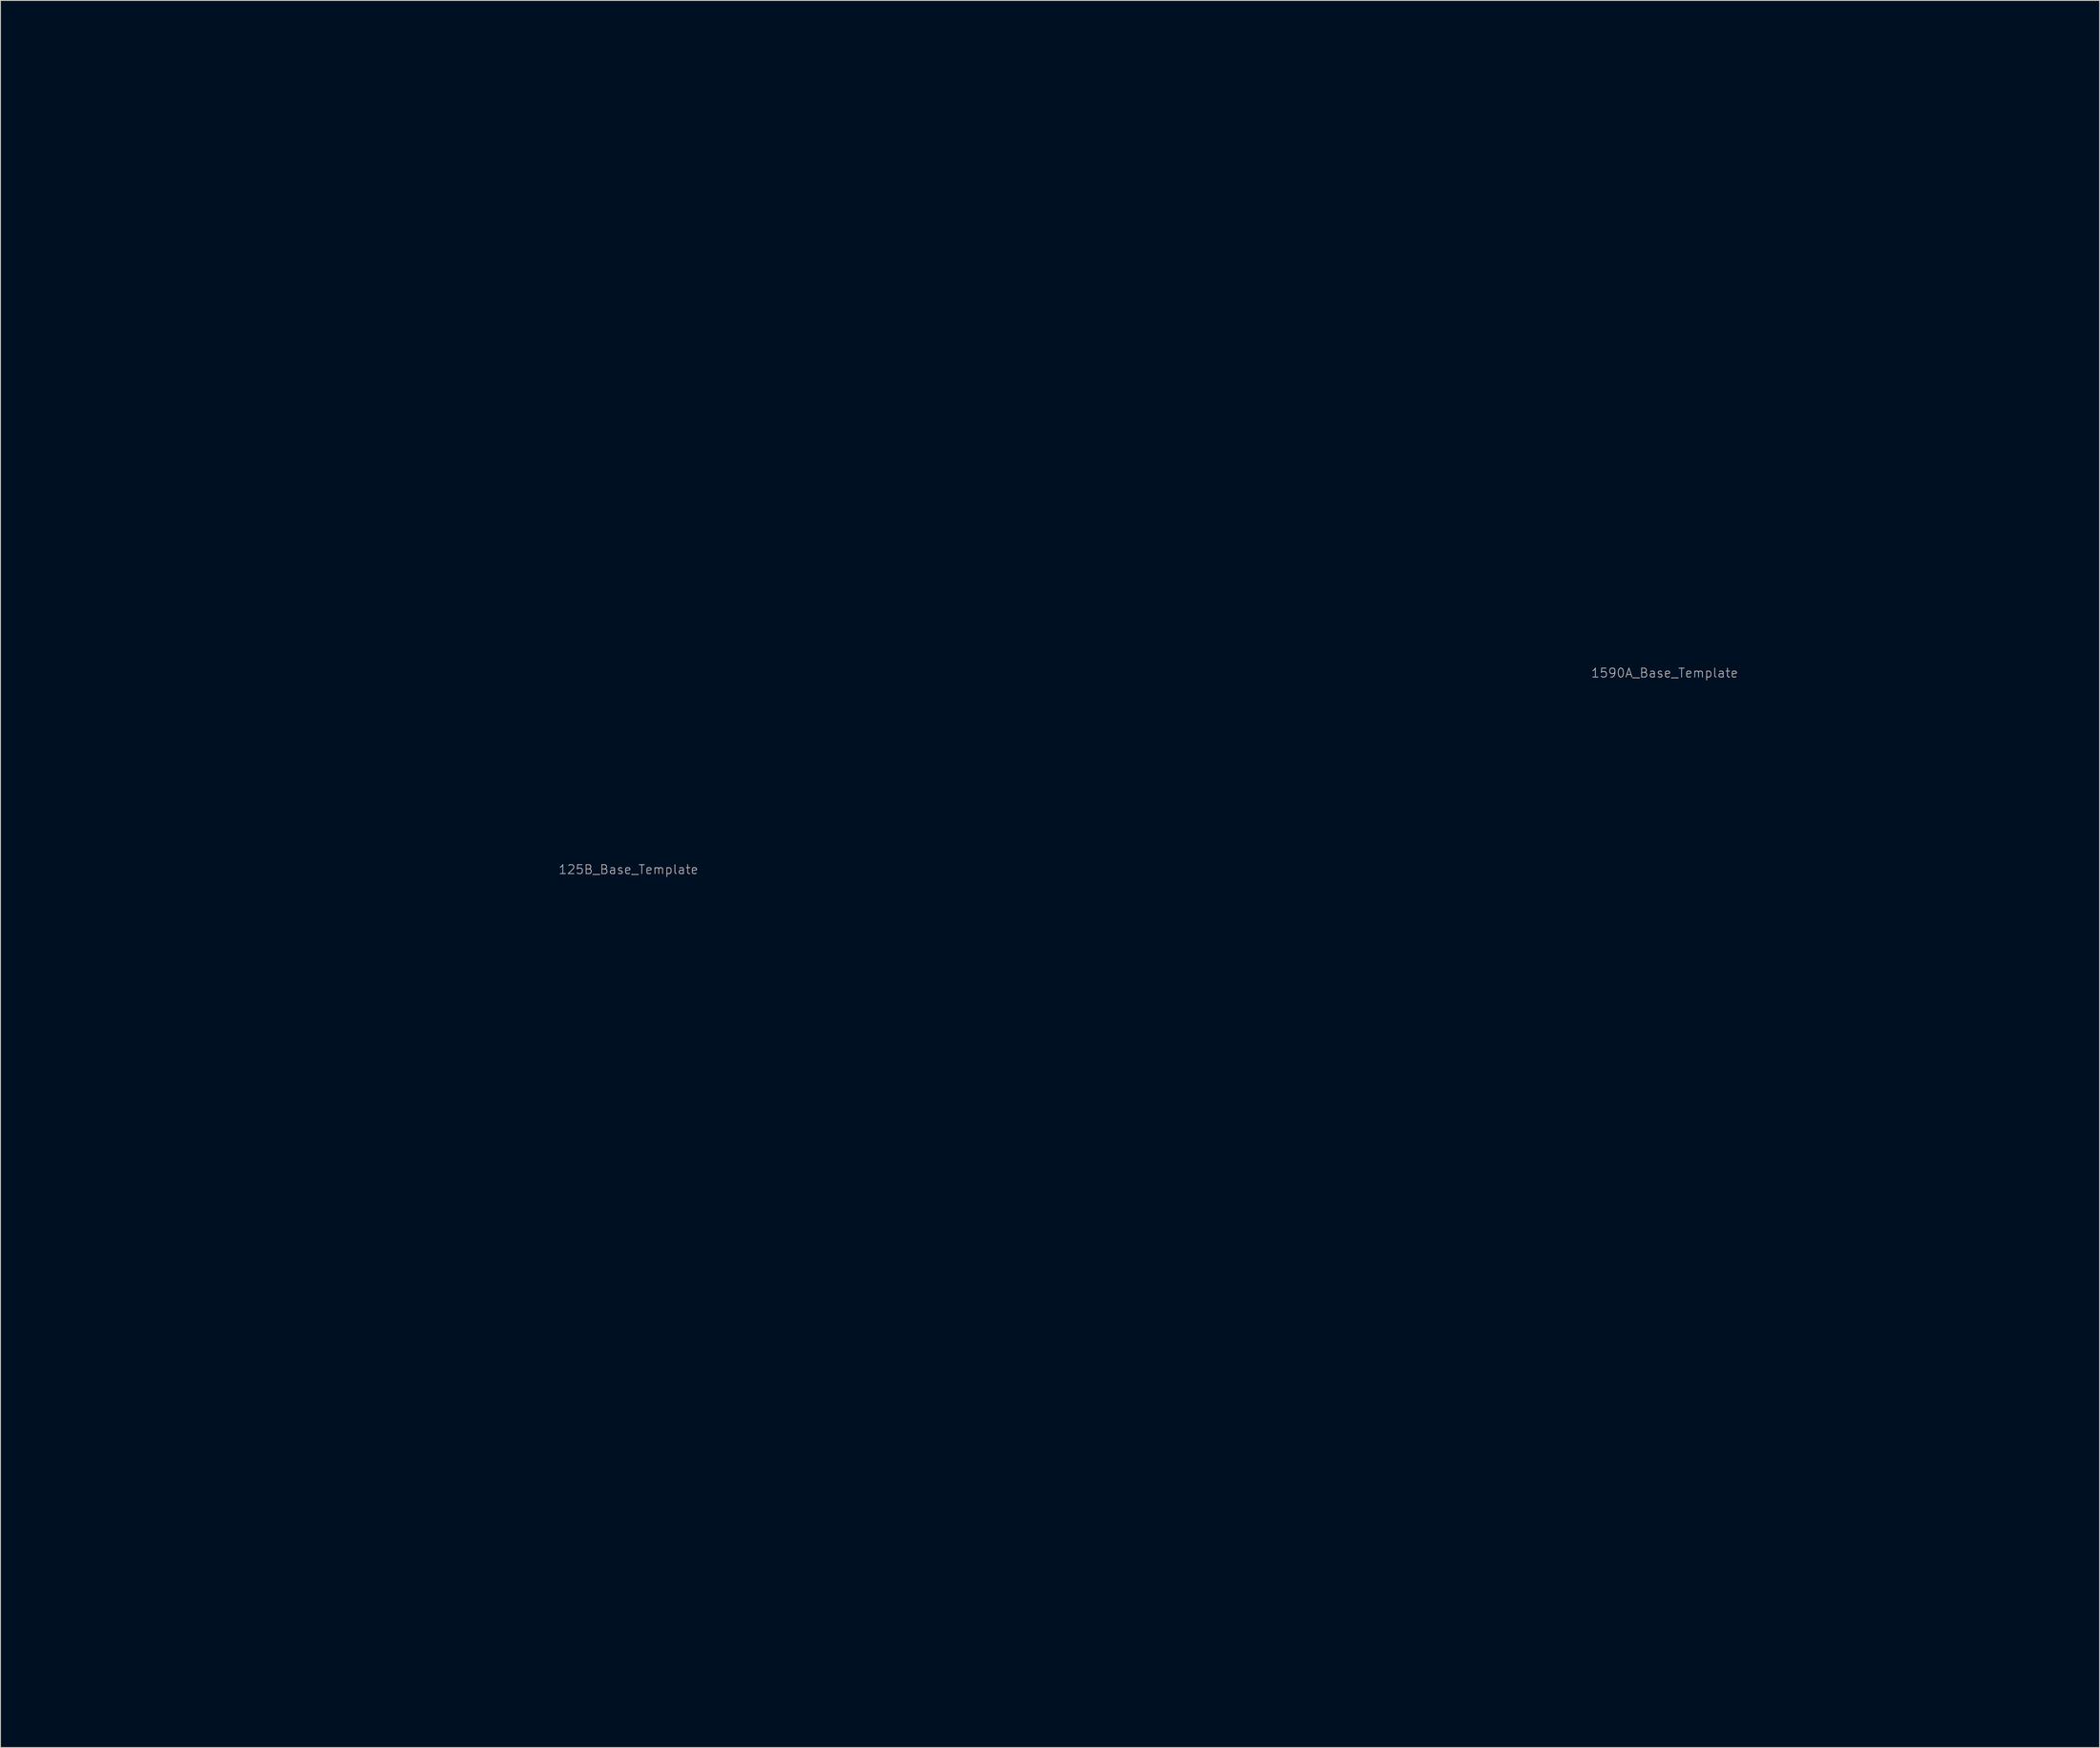
<source format=kicad_pcb>
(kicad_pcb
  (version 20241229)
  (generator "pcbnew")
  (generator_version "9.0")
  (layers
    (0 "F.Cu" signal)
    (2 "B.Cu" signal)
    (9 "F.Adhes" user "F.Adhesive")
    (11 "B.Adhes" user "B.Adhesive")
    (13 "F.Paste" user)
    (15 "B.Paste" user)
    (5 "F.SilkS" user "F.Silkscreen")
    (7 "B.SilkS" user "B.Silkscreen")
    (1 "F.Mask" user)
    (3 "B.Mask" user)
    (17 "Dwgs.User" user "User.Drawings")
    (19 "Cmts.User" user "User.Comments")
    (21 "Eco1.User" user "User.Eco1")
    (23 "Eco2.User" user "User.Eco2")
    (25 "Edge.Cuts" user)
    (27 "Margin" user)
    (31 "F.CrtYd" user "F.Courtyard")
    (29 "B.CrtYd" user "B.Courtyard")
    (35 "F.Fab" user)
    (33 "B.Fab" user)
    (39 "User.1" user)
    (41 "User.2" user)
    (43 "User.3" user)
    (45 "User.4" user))
  (footprint "1590A_Base_Template"
    (layer "F.Cu")
    (at 183.59 72.923)
    (property "Reference" "1590A_Base_Template" (at 0 -0.5 0) (unlocked yes) (layer "F.Fab") (effects (font (size 1 1) (thickness 0.1))))
    (attr smd)
    (fp_line (start -45.745 44.729) (end -45.745 -44.729) (stroke (width 0.05) (type default)) (layer "User.4"))
    (fp_line (start -44.147 -46.317) (end -18.821 -45.898) (stroke (width 0.05) (type default)) (layer "User.4"))
    (fp_line (start -19.399 -71.299) (end -18.821 -45.974) (stroke (width 0.05) (type default)) (layer "User.4"))
    (fp_line (start -18.821 -45.898) (end -18.821 45.974) (stroke (width 0.05) (type default)) (layer "User.4"))
    (fp_line (start -18.821 -45.898) (end -18.821 -45.974) (stroke (width 0.05) (type default)) (layer "User.4"))
    (fp_line (start -18.821 45.898) (end -44.147 46.317) (stroke (width 0.05) (type default)) (layer "User.4"))
    (fp_line (start -18.821 45.974) (end -19.399 71.299) (stroke (width 0.05) (type default)) (layer "User.4"))
    (fp_line (start -18.821 -45.974) (end 18.822 -45.974) (stroke (width 0.05) (type default)) (layer "User.4"))
    (fp_line (start -18.809 44.384) (end -18.809 -44.384) (stroke (width 0.05) (type default)) (layer "User.4"))
    (fp_line (start -17.812 72.898) (end 17.812 72.898) (stroke (width 0.05) (type default)) (layer "User.4"))
    (fp_line (start -17.223 -45.974) (end 17.222 -45.974) (stroke (width 0.05) (type default)) (layer "User.4"))
    (fp_line (start -0.882 0) (end 0.882 0) (stroke (width 0.05) (type default)) (layer "User.4"))
    (fp_line (start 0 -0.882) (end 0 0.882) (stroke (width 0.05) (type default)) (layer "User.4"))
    (fp_line (start 17.222 45.974) (end -17.223 45.974) (stroke (width 0.05) (type default)) (layer "User.4"))
    (fp_line (start 17.812 -72.898) (end -17.812 -72.898) (stroke (width 0.05) (type default)) (layer "User.4"))
    (fp_line (start 18.809 -44.384) (end 18.809 44.384) (stroke (width 0.05) (type default)) (layer "User.4"))
    (fp_line (start 18.821 45.974) (end -18.821 45.974) (stroke (width 0.05) (type default)) (layer "User.4"))
    (fp_line (start 18.822 -45.974) (end 19.399 -71.299) (stroke (width 0.05) (type default)) (layer "User.4"))
    (fp_line (start 18.822 -45.898) (end 44.146 -46.317) (stroke (width 0.05) (type default)) (layer "User.4"))
    (fp_line (start 18.822 45.898) (end 18.822 -45.898) (stroke (width 0.05) (type default)) (layer "User.4"))
    (fp_line (start 19.399 71.299) (end 18.821 45.974) (stroke (width 0.05) (type default)) (layer "User.4"))
    (fp_line (start 44.146 46.317) (end 18.822 45.898) (stroke (width 0.05) (type default)) (layer "User.4"))
    (fp_line (start 45.745 -44.729) (end 45.745 44.729) (stroke (width 0.05) (type default)) (layer "User.4"))
    (fp_curve (pts (xy -45.745 -44.729) (xy -45.745 -45.606) (xy -45.03 -46.317) (xy -44.147 -46.317)) (stroke (width 0.05) (type default)) (layer "User.4"))
    (fp_curve (pts (xy -44.147 46.317) (xy -45.03 46.317) (xy -45.745 45.606) (xy -45.745 44.729)) (stroke (width 0.05) (type default)) (layer "User.4"))
    (fp_curve (pts (xy -19.399 71.299) (xy -19.399 72.182) (xy -18.688 72.898) (xy -17.812 72.898)) (stroke (width 0.05) (type default)) (layer "User.4"))
    (fp_curve (pts (xy -18.809 -44.384) (xy -18.809 -45.262) (xy -18.099 -45.974) (xy -17.223 -45.974)) (stroke (width 0.05) (type default)) (layer "User.4"))
    (fp_curve (pts (xy -17.812 -72.898) (xy -18.688 -72.898) (xy -19.399 -72.182) (xy -19.399 -71.299)) (stroke (width 0.05) (type default)) (layer "User.4"))
    (fp_curve (pts (xy -17.223 45.974) (xy -18.099 45.974) (xy -18.809 45.262) (xy -18.809 44.384)) (stroke (width 0.05) (type default)) (layer "User.4"))
    (fp_curve (pts (xy 17.222 -45.974) (xy 18.099 -45.974) (xy 18.809 -45.262) (xy 18.809 -44.384)) (stroke (width 0.05) (type default)) (layer "User.4"))
    (fp_curve (pts (xy 17.812 72.898) (xy 18.688 72.898) (xy 19.399 72.182) (xy 19.399 71.299)) (stroke (width 0.05) (type default)) (layer "User.4"))
    (fp_curve (pts (xy 18.809 44.384) (xy 18.809 45.262) (xy 18.099 45.974) (xy 17.222 45.974)) (stroke (width 0.05) (type default)) (layer "User.4"))
    (fp_curve (pts (xy 19.399 -71.299) (xy 19.399 -72.182) (xy 18.689 -72.898) (xy 17.812 -72.898)) (stroke (width 0.05) (type default)) (layer "User.4"))
    (fp_curve (pts (xy 44.146 -46.317) (xy 45.03 -46.317) (xy 45.745 -45.606) (xy 45.745 -44.729)) (stroke (width 0.05) (type default)) (layer "User.4"))
    (fp_curve (pts (xy 45.745 44.729) (xy 45.745 45.606) (xy 45.03 46.317) (xy 44.146 46.317)) (stroke (width 0.05) (type default)) (layer "User.4")))
  (footprint "125B_Base_Template"
    (layer "F.Cu")
    (at 67.41 94.969)
    (property "Reference" "125B_Base_Template" (at 0 -0.5 0) (unlocked yes) (layer "F.Fab") (effects (font (size 1 1) (thickness 0.1))))
    (attr smd)
    (fp_line (start -67.31 59.792) (end -67.31 -59.792) (stroke (width 0.2) (type default)) (layer "User.4"))
    (fp_line (start -65.706 -61.388) (end -32.004 -59.549) (stroke (width 0.2) (type default)) (layer "User.4"))
    (fp_line (start -33.984 93.265) (end -32.021 59.563) (stroke (width 0.2) (type default)) (layer "User.4"))
    (fp_line (start -32.368 -94.869) (end 32.369 -94.869) (stroke (width 0.2) (type default)) (layer "User.4"))
    (fp_line (start -32.02 -59.563) (end -33.983 -93.265) (stroke (width 0.2) (type default)) (layer "User.4"))
    (fp_line (start -32.004 -59.549) (end -32.004 59.563) (stroke (width 0.2) (type default)) (layer "User.4"))
    (fp_line (start -32.004 59.549) (end -65.706 61.389) (stroke (width 0.2) (type default)) (layer "User.4"))
    (fp_line (start -32.004 59.563) (end 32.022 59.563) (stroke (width 0.2) (type default)) (layer "User.4"))
    (fp_line (start -32.003 57.966) (end -32.003 -57.965) (stroke (width 0.2) (type default)) (layer "User.4"))
    (fp_line (start -30.39 -59.563) (end 30.39 -59.563) (stroke (width 0.2) (type default)) (layer "User.4"))
    (fp_line (start -0.878 0) (end 0.878 0) (stroke (width 0.2) (type default)) (layer "User.4"))
    (fp_line (start 0 -0.878) (end 0 0.878) (stroke (width 0.2) (type default)) (layer "User.4"))
    (fp_line (start 30.39 59.563) (end -30.39 59.563) (stroke (width 0.2) (type default)) (layer "User.4"))
    (fp_line (start 32.004 -57.965) (end 32.004 57.966) (stroke (width 0.2) (type default)) (layer "User.4"))
    (fp_line (start 32.004 -59.549) (end 65.706 -61.388) (stroke (width 0.2) (type default)) (layer "User.4"))
    (fp_line (start 32.004 59.549) (end 32.004 -59.549) (stroke (width 0.2) (type default)) (layer "User.4"))
    (fp_line (start 32.02 -59.563) (end -32.02 -59.563) (stroke (width 0.2) (type default)) (layer "User.4"))
    (fp_line (start 32.02 -59.563) (end 32.004 -59.549) (stroke (width 0.2) (type default)) (layer "User.4"))
    (fp_line (start 32.022 59.563) (end 33.984 93.265) (stroke (width 0.2) (type default)) (layer "User.4"))
    (fp_line (start 32.371 94.869) (end -32.37 94.869) (stroke (width 0.2) (type default)) (layer "User.4"))
    (fp_line (start 33.984 -93.265) (end 32.02 -59.563) (stroke (width 0.2) (type default)) (layer "User.4"))
    (fp_line (start 65.706 61.389) (end 32.004 59.549) (stroke (width 0.2) (type default)) (layer "User.4"))
    (fp_line (start 67.31 -59.792) (end 67.31 59.792) (stroke (width 0.2) (type default)) (layer "User.4"))
    (fp_curve (pts (xy -67.31 -59.792) (xy -67.31 -60.673) (xy -66.592 -61.388) (xy -65.706 -61.388)) (stroke (width 0.2) (type default)) (layer "User.4"))
    (fp_curve (pts (xy -65.706 61.389) (xy -66.592 61.389) (xy -67.31 60.674) (xy -67.31 59.792)) (stroke (width 0.2) (type default)) (layer "User.4"))
    (fp_curve (pts (xy -33.983 -93.265) (xy -33.983 -94.151) (xy -33.26 -94.869) (xy -32.368 -94.869)) (stroke (width 0.2) (type default)) (layer "User.4"))
    (fp_curve (pts (xy -32.37 94.869) (xy -33.262 94.869) (xy -33.984 94.151) (xy -33.984 93.265)) (stroke (width 0.2) (type default)) (layer "User.4"))
    (fp_curve (pts (xy -32.003 -57.965) (xy -32.003 -58.848) (xy -31.282 -59.563) (xy -30.39 -59.563)) (stroke (width 0.2) (type default)) (layer "User.4"))
    (fp_curve (pts (xy -30.39 59.563) (xy -31.282 59.563) (xy -32.003 58.848) (xy -32.003 57.966)) (stroke (width 0.2) (type default)) (layer "User.4"))
    (fp_curve (pts (xy -20.002 -83.947) (xy -20.002 -81.317) (xy -17.87 -79.184) (xy -15.24 -79.184)) (stroke (width 0.2) (type default)) (layer "User.4"))
    (fp_curve (pts (xy -16.034 -83.947) (xy -16.034 -84.385) (xy -15.678 -84.741) (xy -15.24 -84.741)) (stroke (width 0.2) (type default)) (layer "User.4"))
    (fp_curve (pts (xy -15.24 -88.709) (xy -17.87 -88.709) (xy -20.002 -86.577) (xy -20.002 -83.947)) (stroke (width 0.2) (type default)) (layer "User.4"))
    (fp_curve (pts (xy -15.24 -84.741) (xy -14.801 -84.741) (xy -14.446 -84.385) (xy -14.446 -83.947)) (stroke (width 0.2) (type default)) (layer "User.4"))
    (fp_curve (pts (xy -15.24 -83.153) (xy -15.678 -83.153) (xy -16.034 -83.508) (xy -16.034 -83.947)) (stroke (width 0.2) (type default)) (layer "User.4"))
    (fp_curve (pts (xy -15.24 -79.184) (xy -12.61 -79.184) (xy -10.477 -81.317) (xy -10.477 -83.947)) (stroke (width 0.2) (type default)) (layer "User.4"))
    (fp_curve (pts (xy -14.446 -83.947) (xy -14.446 -83.508) (xy -14.801 -83.153) (xy -15.24 -83.153)) (stroke (width 0.2) (type default)) (layer "User.4"))
    (fp_curve (pts (xy -10.477 -83.947) (xy -10.477 -86.577) (xy -12.61 -88.709) (xy -15.24 -88.709)) (stroke (width 0.2) (type default)) (layer "User.4"))
    (fp_curve (pts (xy -6.35 -73.787) (xy -6.35 -70.28) (xy -3.507 -67.437) (xy 0 -67.437)) (stroke (width 0.2) (type default)) (layer "User.4"))
    (fp_curve (pts (xy -0.794 -73.787) (xy -0.794 -74.225) (xy -0.439 -74.581) (xy 0 -74.581)) (stroke (width 0.2) (type default)) (layer "User.4"))
    (fp_curve (pts (xy 0 -80.137) (xy -3.507 -80.137) (xy -6.35 -77.294) (xy -6.35 -73.787)) (stroke (width 0.2) (type default)) (layer "User.4"))
    (fp_curve (pts (xy 0 -74.581) (xy 0.439 -74.581) (xy 0.794 -74.225) (xy 0.794 -73.787)) (stroke (width 0.2) (type default)) (layer "User.4"))
    (fp_curve (pts (xy 0 -72.993) (xy -0.439 -72.993) (xy -0.794 -73.348) (xy -0.794 -73.787)) (stroke (width 0.2) (type default)) (layer "User.4"))
    (fp_curve (pts (xy 0 -67.437) (xy 3.507 -67.437) (xy 6.35 -70.28) (xy 6.35 -73.787)) (stroke (width 0.2) (type default)) (layer "User.4"))
    (fp_curve (pts (xy 0.794 -73.787) (xy 0.794 -73.348) (xy 0.439 -72.993) (xy 0 -72.993)) (stroke (width 0.2) (type default)) (layer "User.4"))
    (fp_curve (pts (xy 6.35 -73.787) (xy 6.35 -77.294) (xy 3.507 -80.137) (xy 0 -80.137)) (stroke (width 0.2) (type default)) (layer "User.4"))
    (fp_curve (pts (xy 10.478 -83.947) (xy 10.478 -81.317) (xy 12.61 -79.184) (xy 15.24 -79.184)) (stroke (width 0.2) (type default)) (layer "User.4"))
    (fp_curve (pts (xy 14.446 -83.947) (xy 14.446 -84.385) (xy 14.802 -84.741) (xy 15.24 -84.741)) (stroke (width 0.2) (type default)) (layer "User.4"))
    (fp_curve (pts (xy 15.24 -88.709) (xy 12.61 -88.709) (xy 10.478 -86.577) (xy 10.478 -83.947)) (stroke (width 0.2) (type default)) (layer "User.4"))
    (fp_curve (pts (xy 15.24 -84.741) (xy 15.679 -84.741) (xy 16.034 -84.385) (xy 16.034 -83.947)) (stroke (width 0.2) (type default)) (layer "User.4"))
    (fp_curve (pts (xy 15.24 -83.153) (xy 14.802 -83.153) (xy 14.446 -83.508) (xy 14.446 -83.947)) (stroke (width 0.2) (type default)) (layer "User.4"))
    (fp_curve (pts (xy 15.24 -79.184) (xy 17.87 -79.184) (xy 20.003 -81.317) (xy 20.003 -83.947)) (stroke (width 0.2) (type default)) (layer "User.4"))
    (fp_curve (pts (xy 16.034 -83.947) (xy 16.034 -83.508) (xy 15.679 -83.153) (xy 15.24 -83.153)) (stroke (width 0.2) (type default)) (layer "User.4"))
    (fp_curve (pts (xy 20.003 -83.947) (xy 20.003 -86.577) (xy 17.87 -88.709) (xy 15.24 -88.709)) (stroke (width 0.2) (type default)) (layer "User.4"))
    (fp_curve (pts (xy 30.39 -59.563) (xy 31.282 -59.563) (xy 32.004 -58.848) (xy 32.004 -57.965)) (stroke (width 0.2) (type default)) (layer "User.4"))
    (fp_curve (pts (xy 32.004 57.966) (xy 32.004 58.848) (xy 31.282 59.563) (xy 30.39 59.563)) (stroke (width 0.2) (type default)) (layer "User.4"))
    (fp_curve (pts (xy 32.369 -94.869) (xy 33.26 -94.869) (xy 33.984 -94.151) (xy 33.984 -93.265)) (stroke (width 0.2) (type default)) (layer "User.4"))
    (fp_curve (pts (xy 33.984 93.265) (xy 33.984 94.151) (xy 33.262 94.869) (xy 32.371 94.869)) (stroke (width 0.2) (type default)) (layer "User.4"))
    (fp_curve (pts (xy 65.706 -61.388) (xy 66.592 -61.388) (xy 67.31 -60.674) (xy 67.31 -59.792)) (stroke (width 0.2) (type default)) (layer "User.4"))
    (fp_curve (pts (xy 67.31 59.792) (xy 67.31 60.674) (xy 66.592 61.389) (xy 65.706 61.389)) (stroke (width 0.2) (type default)) (layer "User.4")))
  (gr_rect
    (start -3 -3)
    (end 232.361 192.938)
    (stroke (width 0.1) (type default))
    (fill no)
    (layer "Edge.Cuts")))
</source>
